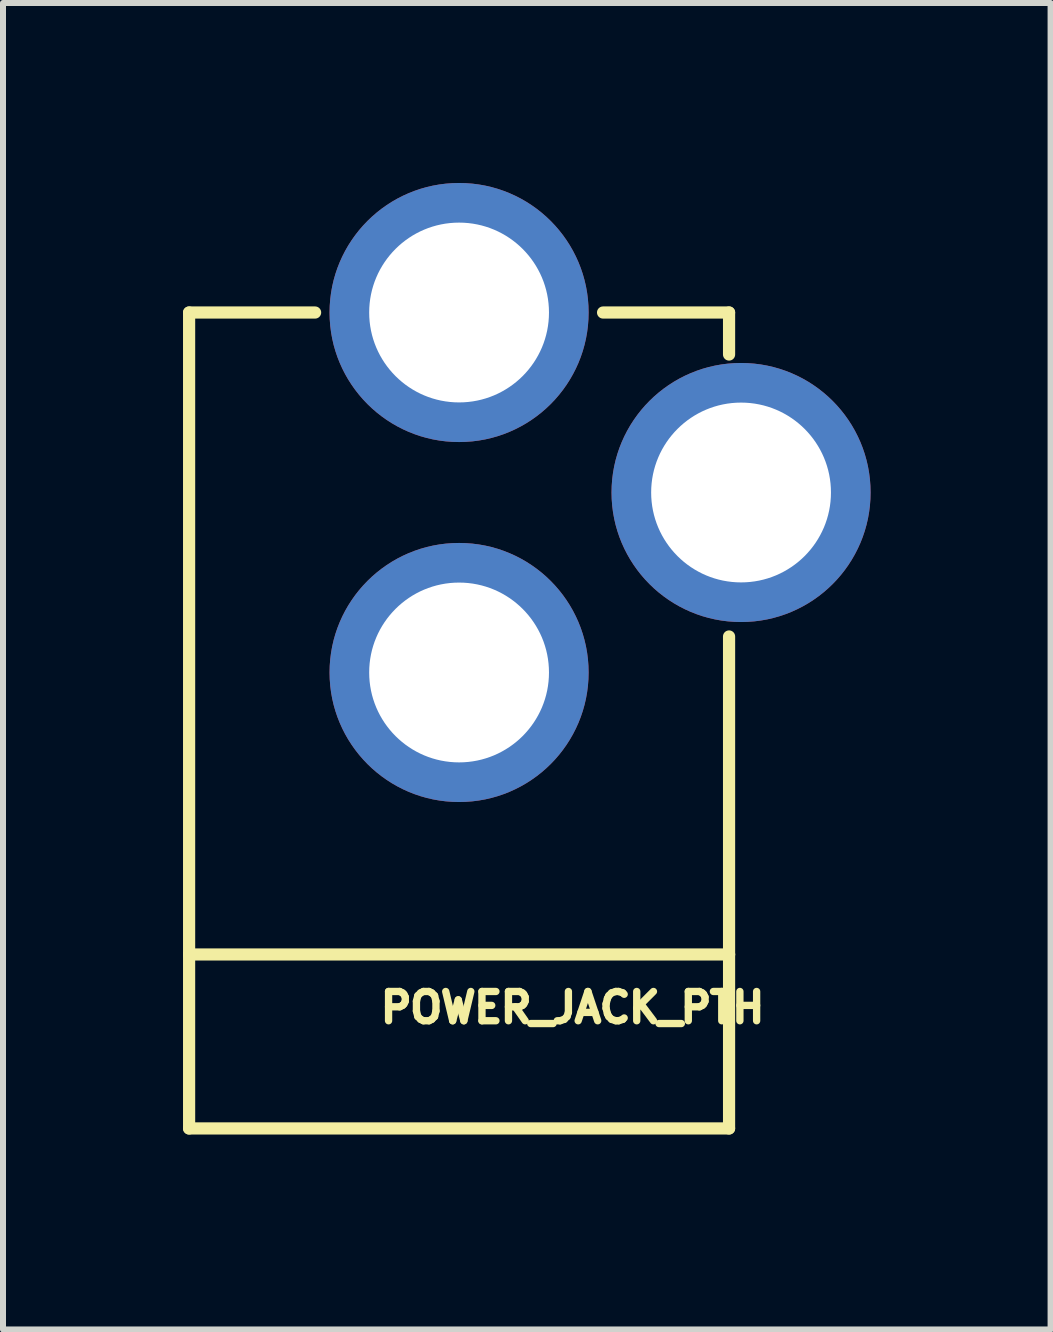
<source format=kicad_pcb>
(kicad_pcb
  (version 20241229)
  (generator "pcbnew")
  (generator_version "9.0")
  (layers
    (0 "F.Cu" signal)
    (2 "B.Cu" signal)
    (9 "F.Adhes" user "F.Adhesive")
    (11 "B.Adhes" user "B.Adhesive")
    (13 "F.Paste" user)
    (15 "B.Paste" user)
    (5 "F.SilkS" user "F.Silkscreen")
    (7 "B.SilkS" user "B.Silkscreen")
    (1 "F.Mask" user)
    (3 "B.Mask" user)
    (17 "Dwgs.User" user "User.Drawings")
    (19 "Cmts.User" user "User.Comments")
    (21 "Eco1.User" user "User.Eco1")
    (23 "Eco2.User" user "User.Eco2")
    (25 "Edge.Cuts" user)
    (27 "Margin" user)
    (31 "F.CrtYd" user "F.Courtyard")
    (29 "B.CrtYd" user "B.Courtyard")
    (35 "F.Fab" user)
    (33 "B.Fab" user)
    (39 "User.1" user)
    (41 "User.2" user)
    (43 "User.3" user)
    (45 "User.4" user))
  (footprint "POWER_JACK_PTH"
    (layer "F.Cu")
    (at 4.602 15.859)
    (property "Reference" "POWER_JACK_PTH" (at -1.372 -1.829 0) (layer "F.SilkS") (effects (font (size 0.488 0.488) (thickness 0.122)) (justify left bottom)))
    (fp_line (start -4.5 -13.7) (end -2.4 -13.7) (stroke (width 0.203) (type solid)) (layer "F.SilkS"))
    (fp_line (start -4.5 -3) (end -4.5 -13.7) (stroke (width 0.203) (type solid)) (layer "F.SilkS"))
    (fp_line (start -4.5 -3) (end -4.5 -0.1) (stroke (width 0.203) (type solid)) (layer "F.SilkS"))
    (fp_line (start -4.5 -3) (end 4.5 -3) (stroke (width 0.203) (type solid)) (layer "F.SilkS"))
    (fp_line (start 4.5 -13.7) (end 2.4 -13.7) (stroke (width 0.203) (type solid)) (layer "F.SilkS"))
    (fp_line (start 4.5 -13.7) (end 4.5 -13) (stroke (width 0.203) (type solid)) (layer "F.SilkS"))
    (fp_line (start 4.5 -3) (end 4.5 -8.3) (stroke (width 0.203) (type solid)) (layer "F.SilkS"))
    (fp_line (start 4.5 -0.1) (end -4.5 -0.1) (stroke (width 0.203) (type solid)) (layer "F.SilkS"))
    (fp_line (start 4.5 -0.1) (end 4.5 -3) (stroke (width 0.203) (type solid)) (layer "F.SilkS"))
    (pad "GND" thru_hole circle (at 0 -7.7) (size 4.318 4.318) (drill 2.997) (layers "*.Cu" "*.Mask"))
    (pad "GNDBREAK" thru_hole circle (at 4.7 -10.7 90) (size 4.318 4.318) (drill 2.997) (layers "*.Cu" "*.Mask"))
    (pad "PWR" thru_hole circle (at 0 -13.7) (size 4.318 4.318) (drill 2.997) (layers "*.Cu" "*.Mask")))
  (gr_rect
    (start -3 -3)
    (end 14.461 19.109)
    (stroke (width 0.1) (type default))
    (fill no)
    (layer "Edge.Cuts")))
</source>
